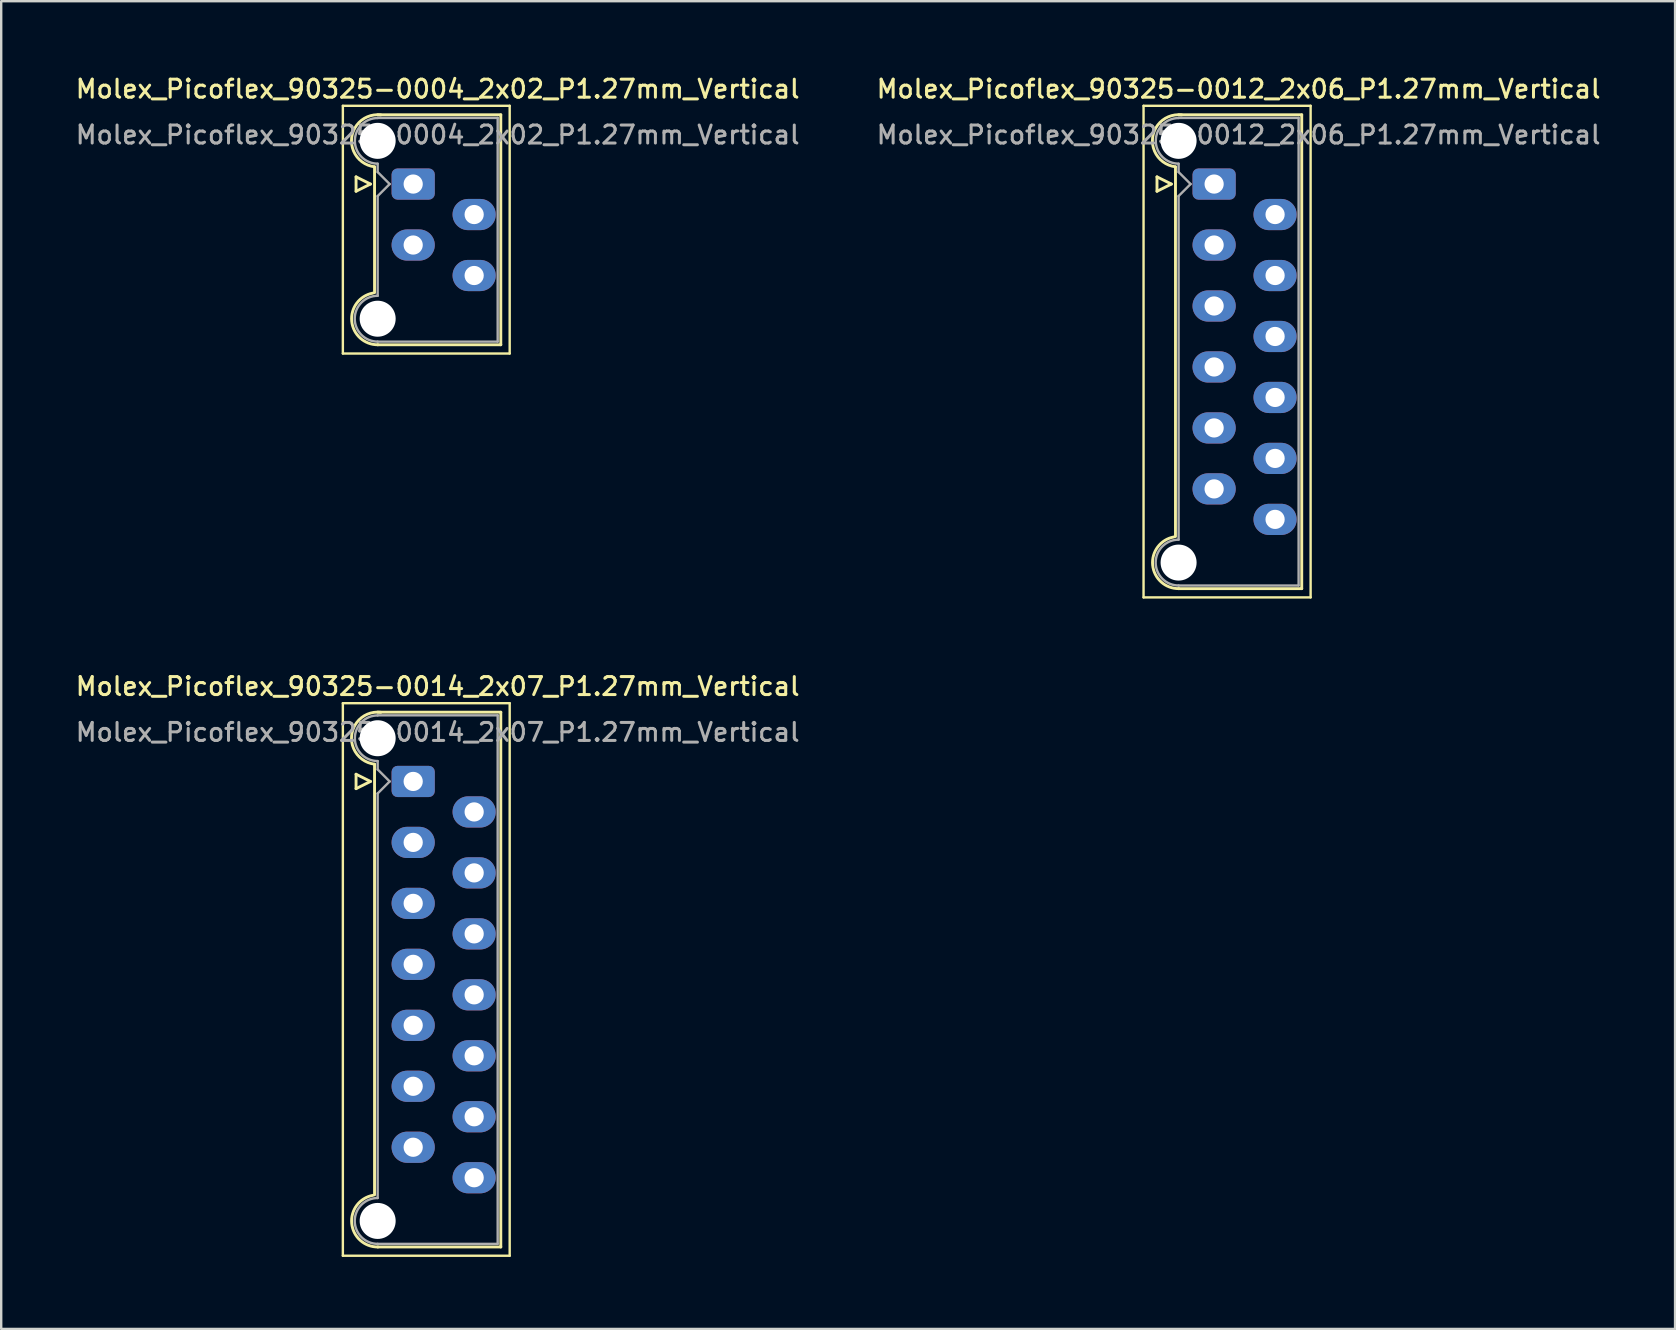
<source format=kicad_pcb>
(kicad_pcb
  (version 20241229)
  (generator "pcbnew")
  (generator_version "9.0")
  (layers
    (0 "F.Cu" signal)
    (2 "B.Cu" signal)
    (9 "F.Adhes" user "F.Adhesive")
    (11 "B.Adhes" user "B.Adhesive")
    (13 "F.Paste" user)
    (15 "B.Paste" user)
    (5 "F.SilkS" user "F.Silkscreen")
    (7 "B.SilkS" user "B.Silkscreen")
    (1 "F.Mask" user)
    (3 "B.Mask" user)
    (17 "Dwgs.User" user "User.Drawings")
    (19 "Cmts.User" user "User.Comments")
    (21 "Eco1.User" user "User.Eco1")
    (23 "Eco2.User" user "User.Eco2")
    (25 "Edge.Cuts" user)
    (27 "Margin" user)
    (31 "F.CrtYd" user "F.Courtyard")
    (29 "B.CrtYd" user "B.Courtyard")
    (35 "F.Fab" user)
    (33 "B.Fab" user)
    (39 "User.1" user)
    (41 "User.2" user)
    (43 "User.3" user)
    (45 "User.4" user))
  (footprint "Molex_Picoflex_90325-0014_2x07_P1.27mm_Vertical"
    (layer "F.Cu")
    (at 14.164 29.506)
    (property "Reference" "Molex_Picoflex_90325-0014_2x07_P1.27mm_Vertical" (at 1.02 -3.96 0) (layer "F.SilkS") (effects (font (size 0.75 0.75) (thickness 0.125))))
    (attr through_hole)
    (fp_line (start -2.93 -3.26) (end -2.93 19.76) (stroke (width 0.1) (type solid)) (layer "F.SilkS"))
    (fp_line (start -2.93 19.76) (end 4.02 19.76) (stroke (width 0.1) (type solid)) (layer "F.SilkS"))
    (fp_line (start -2.38 -0.3) (end -2.38 0.3) (stroke (width 0.12) (type solid)) (layer "F.SilkS"))
    (fp_line (start -2.38 0.3) (end -1.78 0) (stroke (width 0.12) (type solid)) (layer "F.SilkS"))
    (fp_line (start -1.78 0) (end -2.38 -0.3) (stroke (width 0.12) (type solid)) (layer "F.SilkS"))
    (fp_line (start -1.61 -0.715) (end -1.61 17.225) (stroke (width 0.12) (type solid)) (layer "F.SilkS"))
    (fp_line (start -1.48 -2.885) (end 3.65 -2.885) (stroke (width 0.12) (type solid)) (layer "F.SilkS"))
    (fp_line (start 3.65 -2.885) (end 3.65 19.395) (stroke (width 0.12) (type solid)) (layer "F.SilkS"))
    (fp_line (start 3.65 19.395) (end -1.48 19.395) (stroke (width 0.12) (type solid)) (layer "F.SilkS"))
    (fp_line (start 4.02 -3.26) (end -2.93 -3.26) (stroke (width 0.1) (type solid)) (layer "F.SilkS"))
    (fp_line (start 4.02 19.76) (end 4.02 -3.26) (stroke (width 0.1) (type solid)) (layer "F.SilkS"))
    (fp_arc (start -1.61 -0.72) (mid -2.56 -1.93) (end -1.35 -2.88) (stroke (width 0.12) (type solid)) (layer "F.SilkS"))
    (fp_arc (start -1.47 19.395) (mid -2.56 18.414526) (end -1.678256 17.24322) (stroke (width 0.12) (type solid)) (layer "F.SilkS"))
    (fp_line (start -1.48 -2.755) (end 3.52 -2.755) (stroke (width 0.1) (type solid)) (layer "F.Fab"))
    (fp_line (start -1.48 -0.845) (end -1.48 -0.5) (stroke (width 0.1) (type solid)) (layer "F.Fab"))
    (fp_line (start -1.48 -0.5) (end -0.98 0) (stroke (width 0.1) (type solid)) (layer "F.Fab"))
    (fp_line (start -1.48 0.5) (end -1.48 17.355) (stroke (width 0.1) (type solid)) (layer "F.Fab"))
    (fp_line (start -0.98 0) (end -1.48 0.5) (stroke (width 0.1) (type solid)) (layer "F.Fab"))
    (fp_line (start 3.52 -2.755) (end 3.52 19.265) (stroke (width 0.1) (type solid)) (layer "F.Fab"))
    (fp_line (start 3.52 19.265) (end -1.48 19.265) (stroke (width 0.1) (type solid)) (layer "F.Fab"))
    (fp_arc (start -1.48 -0.85) (mid -2.43 -1.8) (end -1.48 -2.75) (stroke (width 0.1) (type solid)) (layer "F.Fab"))
    (fp_arc (start -1.48 19.265) (mid -2.435 18.31) (end -1.48 17.355) (stroke (width 0.1) (type solid)) (layer "F.Fab"))
    (fp_text user "${REFERENCE}" (at 1.02 -2.05 0) (layer "F.Fab") (effects (font (size 0.75 0.75) (thickness 0.125))))
    (pad "" np_thru_hole circle (at -1.48 -1.8) (size 1.5 1.5) (drill 1.5) (layers "*.Cu" "*.Mask"))
    (pad "" np_thru_hole circle (at -1.48 18.31) (size 1.5 1.5) (drill 1.5) (layers "*.Cu" "*.Mask"))
    (pad "1" thru_hole roundrect (at 0 0) (size 1.8 1.3) (drill 0.8) (layers "*.Cu" "*.Mask") (roundrect_rratio 0.192))
    (pad "2" thru_hole oval (at 2.54 1.27) (size 1.8 1.3) (drill 0.8) (layers "*.Cu" "*.Mask"))
    (pad "3" thru_hole oval (at 0 2.54) (size 1.8 1.3) (drill 0.8) (layers "*.Cu" "*.Mask"))
    (pad "4" thru_hole oval (at 2.54 3.81) (size 1.8 1.3) (drill 0.8) (layers "*.Cu" "*.Mask"))
    (pad "5" thru_hole oval (at 0 5.08) (size 1.8 1.3) (drill 0.8) (layers "*.Cu" "*.Mask"))
    (pad "6" thru_hole oval (at 2.54 6.35) (size 1.8 1.3) (drill 0.8) (layers "*.Cu" "*.Mask"))
    (pad "7" thru_hole oval (at 0 7.62) (size 1.8 1.3) (drill 0.8) (layers "*.Cu" "*.Mask"))
    (pad "8" thru_hole oval (at 2.54 8.89) (size 1.8 1.3) (drill 0.8) (layers "*.Cu" "*.Mask"))
    (pad "9" thru_hole oval (at 0 10.16) (size 1.8 1.3) (drill 0.8) (layers "*.Cu" "*.Mask"))
    (pad "10" thru_hole oval (at 2.54 11.43) (size 1.8 1.3) (drill 0.8) (layers "*.Cu" "*.Mask"))
    (pad "11" thru_hole oval (at 0 12.7) (size 1.8 1.3) (drill 0.8) (layers "*.Cu" "*.Mask"))
    (pad "12" thru_hole oval (at 2.54 13.97) (size 1.8 1.3) (drill 0.8) (layers "*.Cu" "*.Mask"))
    (pad "13" thru_hole oval (at 0 15.24) (size 1.8 1.3) (drill 0.8) (layers "*.Cu" "*.Mask"))
    (pad "14" thru_hole oval (at 2.54 16.51) (size 1.8 1.3) (drill 0.8) (layers "*.Cu" "*.Mask")))
  (footprint "Molex_Picoflex_90325-0012_2x06_P1.27mm_Vertical"
    (layer "F.Cu")
    (at 47.532 4.618)
    (property "Reference" "Molex_Picoflex_90325-0012_2x06_P1.27mm_Vertical" (at 1.02 -3.96 0) (layer "F.SilkS") (effects (font (size 0.75 0.75) (thickness 0.125))))
    (attr through_hole)
    (fp_line (start -2.94 -3.26) (end -2.94 17.22) (stroke (width 0.1) (type solid)) (layer "F.SilkS"))
    (fp_line (start -2.94 17.22) (end 4.02 17.22) (stroke (width 0.1) (type solid)) (layer "F.SilkS"))
    (fp_line (start -2.38 -0.3) (end -2.38 0.3) (stroke (width 0.12) (type solid)) (layer "F.SilkS"))
    (fp_line (start -2.38 0.3) (end -1.78 0) (stroke (width 0.12) (type solid)) (layer "F.SilkS"))
    (fp_line (start -1.78 0) (end -2.38 -0.3) (stroke (width 0.12) (type solid)) (layer "F.SilkS"))
    (fp_line (start -1.61 -0.715) (end -1.61 14.685) (stroke (width 0.12) (type solid)) (layer "F.SilkS"))
    (fp_line (start -1.48 -2.885) (end 3.65 -2.885) (stroke (width 0.12) (type solid)) (layer "F.SilkS"))
    (fp_line (start 3.65 -2.885) (end 3.65 16.855) (stroke (width 0.12) (type solid)) (layer "F.SilkS"))
    (fp_line (start 3.65 16.855) (end -1.48 16.855) (stroke (width 0.12) (type solid)) (layer "F.SilkS"))
    (fp_line (start 4.02 -3.26) (end -2.94 -3.26) (stroke (width 0.1) (type solid)) (layer "F.SilkS"))
    (fp_line (start 4.02 17.22) (end 4.02 -3.26) (stroke (width 0.1) (type solid)) (layer "F.SilkS"))
    (fp_arc (start -1.61 -0.72) (mid -2.56 -1.93) (end -1.35 -2.88) (stroke (width 0.12) (type solid)) (layer "F.SilkS"))
    (fp_arc (start -1.47 16.855) (mid -2.56 15.874526) (end -1.678256 14.70322) (stroke (width 0.12) (type solid)) (layer "F.SilkS"))
    (fp_line (start -1.48 -2.755) (end 3.52 -2.755) (stroke (width 0.1) (type solid)) (layer "F.Fab"))
    (fp_line (start -1.48 -0.845) (end -1.48 -0.5) (stroke (width 0.1) (type solid)) (layer "F.Fab"))
    (fp_line (start -1.48 -0.5) (end -0.98 0) (stroke (width 0.1) (type solid)) (layer "F.Fab"))
    (fp_line (start -1.48 0.5) (end -1.48 14.815) (stroke (width 0.1) (type solid)) (layer "F.Fab"))
    (fp_line (start -0.98 0) (end -1.48 0.5) (stroke (width 0.1) (type solid)) (layer "F.Fab"))
    (fp_line (start 3.52 -2.755) (end 3.52 16.725) (stroke (width 0.1) (type solid)) (layer "F.Fab"))
    (fp_line (start 3.52 16.725) (end -1.48 16.725) (stroke (width 0.1) (type solid)) (layer "F.Fab"))
    (fp_arc (start -1.48 -0.85) (mid -2.43 -1.8) (end -1.48 -2.75) (stroke (width 0.1) (type solid)) (layer "F.Fab"))
    (fp_arc (start -1.48 16.725) (mid -2.435 15.77) (end -1.48 14.815) (stroke (width 0.1) (type solid)) (layer "F.Fab"))
    (fp_text user "${REFERENCE}" (at 1.02 -2.05 0) (layer "F.Fab") (effects (font (size 0.75 0.75) (thickness 0.125))))
    (pad "" np_thru_hole circle (at -1.48 -1.8) (size 1.5 1.5) (drill 1.5) (layers "*.Cu" "*.Mask"))
    (pad "" np_thru_hole circle (at -1.48 15.77) (size 1.5 1.5) (drill 1.5) (layers "*.Cu" "*.Mask"))
    (pad "1" thru_hole roundrect (at 0 0) (size 1.8 1.3) (drill 0.8) (layers "*.Cu" "*.Mask") (roundrect_rratio 0.192))
    (pad "2" thru_hole oval (at 2.54 1.27) (size 1.8 1.3) (drill 0.8) (layers "*.Cu" "*.Mask"))
    (pad "3" thru_hole oval (at 0 2.54) (size 1.8 1.3) (drill 0.8) (layers "*.Cu" "*.Mask"))
    (pad "4" thru_hole oval (at 2.54 3.81) (size 1.8 1.3) (drill 0.8) (layers "*.Cu" "*.Mask"))
    (pad "5" thru_hole oval (at 0 5.08) (size 1.8 1.3) (drill 0.8) (layers "*.Cu" "*.Mask"))
    (pad "6" thru_hole oval (at 2.54 6.35) (size 1.8 1.3) (drill 0.8) (layers "*.Cu" "*.Mask"))
    (pad "7" thru_hole oval (at 0 7.62) (size 1.8 1.3) (drill 0.8) (layers "*.Cu" "*.Mask"))
    (pad "8" thru_hole oval (at 2.54 8.89) (size 1.8 1.3) (drill 0.8) (layers "*.Cu" "*.Mask"))
    (pad "9" thru_hole oval (at 0 10.16) (size 1.8 1.3) (drill 0.8) (layers "*.Cu" "*.Mask"))
    (pad "10" thru_hole oval (at 2.54 11.43) (size 1.8 1.3) (drill 0.8) (layers "*.Cu" "*.Mask"))
    (pad "11" thru_hole oval (at 0 12.7) (size 1.8 1.3) (drill 0.8) (layers "*.Cu" "*.Mask"))
    (pad "12" thru_hole oval (at 2.54 13.97) (size 1.8 1.3) (drill 0.8) (layers "*.Cu" "*.Mask")))
  (footprint "Molex_Picoflex_90325-0004_2x02_P1.27mm_Vertical"
    (layer "F.Cu")
    (at 14.164 4.618)
    (property "Reference" "Molex_Picoflex_90325-0004_2x02_P1.27mm_Vertical" (at 1.02 -3.96 0) (layer "F.SilkS") (effects (font (size 0.75 0.75) (thickness 0.125))))
    (attr through_hole)
    (fp_line (start -2.93 -3.26) (end -2.93 7.06) (stroke (width 0.1) (type solid)) (layer "F.SilkS"))
    (fp_line (start -2.93 7.06) (end 4.02 7.06) (stroke (width 0.1) (type solid)) (layer "F.SilkS"))
    (fp_line (start -2.38 -0.3) (end -2.38 0.3) (stroke (width 0.12) (type solid)) (layer "F.SilkS"))
    (fp_line (start -2.38 0.3) (end -1.78 0) (stroke (width 0.12) (type solid)) (layer "F.SilkS"))
    (fp_line (start -1.78 0) (end -2.38 -0.3) (stroke (width 0.12) (type solid)) (layer "F.SilkS"))
    (fp_line (start -1.61 -0.715) (end -1.61 4.525) (stroke (width 0.12) (type solid)) (layer "F.SilkS"))
    (fp_line (start -1.48 -2.885) (end 3.65 -2.885) (stroke (width 0.12) (type solid)) (layer "F.SilkS"))
    (fp_line (start 3.65 -2.885) (end 3.65 6.695) (stroke (width 0.12) (type solid)) (layer "F.SilkS"))
    (fp_line (start 3.65 6.695) (end -1.48 6.695) (stroke (width 0.12) (type solid)) (layer "F.SilkS"))
    (fp_line (start 4.02 -3.26) (end -2.93 -3.26) (stroke (width 0.1) (type solid)) (layer "F.SilkS"))
    (fp_line (start 4.02 7.06) (end 4.02 -3.26) (stroke (width 0.1) (type solid)) (layer "F.SilkS"))
    (fp_arc (start -1.61 -0.72) (mid -2.56 -1.93) (end -1.35 -2.88) (stroke (width 0.12) (type solid)) (layer "F.SilkS"))
    (fp_arc (start -1.47 6.695) (mid -2.56 5.714526) (end -1.678256 4.54322) (stroke (width 0.12) (type solid)) (layer "F.SilkS"))
    (fp_line (start -1.48 -2.755) (end 3.52 -2.755) (stroke (width 0.1) (type solid)) (layer "F.Fab"))
    (fp_line (start -1.48 -0.845) (end -1.48 -0.5) (stroke (width 0.1) (type solid)) (layer "F.Fab"))
    (fp_line (start -1.48 -0.5) (end -0.98 0) (stroke (width 0.1) (type solid)) (layer "F.Fab"))
    (fp_line (start -1.48 0.5) (end -1.48 4.655) (stroke (width 0.1) (type solid)) (layer "F.Fab"))
    (fp_line (start -0.98 0) (end -1.48 0.5) (stroke (width 0.1) (type solid)) (layer "F.Fab"))
    (fp_line (start 3.52 -2.755) (end 3.52 6.565) (stroke (width 0.1) (type solid)) (layer "F.Fab"))
    (fp_line (start 3.52 6.565) (end -1.48 6.565) (stroke (width 0.1) (type solid)) (layer "F.Fab"))
    (fp_arc (start -1.48 -0.85) (mid -2.43 -1.8) (end -1.48 -2.75) (stroke (width 0.1) (type solid)) (layer "F.Fab"))
    (fp_arc (start -1.48 6.565) (mid -2.435 5.61) (end -1.48 4.655) (stroke (width 0.1) (type solid)) (layer "F.Fab"))
    (fp_text user "${REFERENCE}" (at 1.02 -2.05 0) (layer "F.Fab") (effects (font (size 0.75 0.75) (thickness 0.125))))
    (pad "" np_thru_hole circle (at -1.48 -1.8) (size 1.5 1.5) (drill 1.5) (layers "*.Cu" "*.Mask"))
    (pad "" np_thru_hole circle (at -1.48 5.61) (size 1.5 1.5) (drill 1.5) (layers "*.Cu" "*.Mask"))
    (pad "1" thru_hole roundrect (at 0 0) (size 1.8 1.3) (drill 0.8) (layers "*.Cu" "*.Mask") (roundrect_rratio 0.192))
    (pad "2" thru_hole oval (at 2.54 1.27) (size 1.8 1.3) (drill 0.8) (layers "*.Cu" "*.Mask"))
    (pad "3" thru_hole oval (at 0 2.54) (size 1.8 1.3) (drill 0.8) (layers "*.Cu" "*.Mask"))
    (pad "4" thru_hole oval (at 2.54 3.81) (size 1.8 1.3) (drill 0.8) (layers "*.Cu" "*.Mask")))
  (gr_rect
    (start -3 -3)
    (end 66.736 52.316)
    (stroke (width 0.1) (type default))
    (fill no)
    (layer "Edge.Cuts")))
</source>
